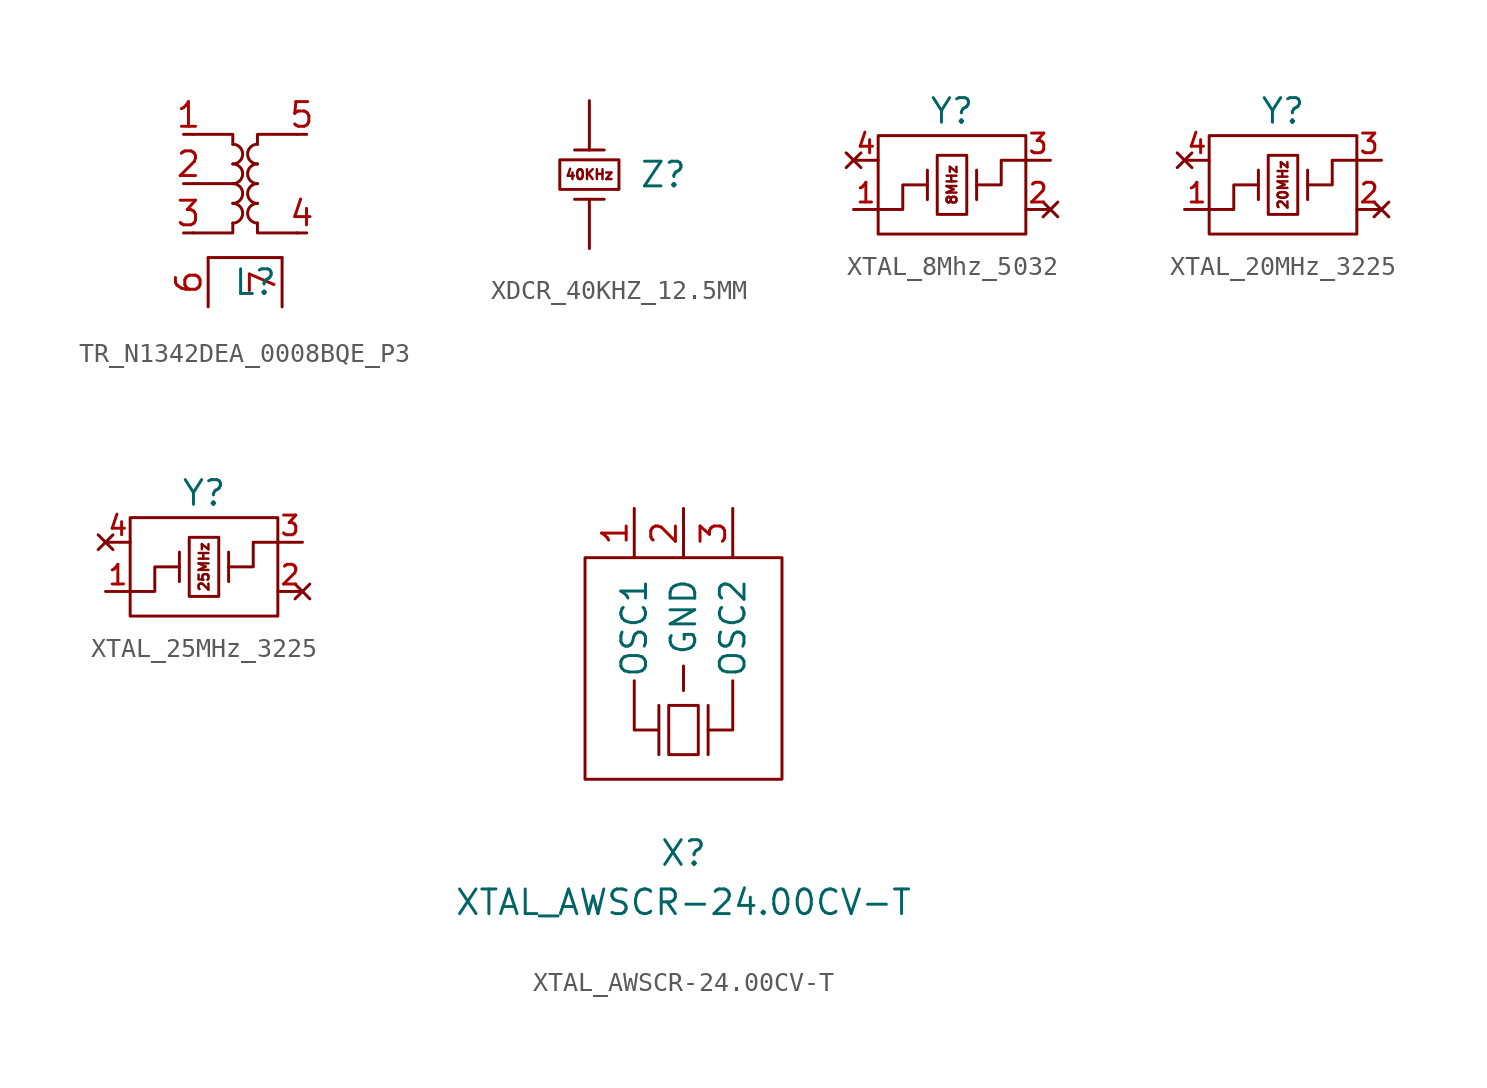
<source format=kicad_sym>
(kicad_symbol_lib
  (version 20211014)
  (generator kicad_symbol_editor)
  (symbol "TR_N1342DEA_0008BQE_P3"
    (pin_names
      (offset 0.254) hide)
    (property "Reference" "L"
      (at 0 -5.08 0)
      (effects (font (size 1.27 1.27)) (justify left)))
    (symbol "TR_N1342DEA_0008BQE_P3_0_1"
      (arc (start 0 -2.032) (mid 0.508 -1.524) (end 0 -1.016) (stroke (width 0) (type default) (color 0 0 0 0)) (fill (type none)))
      (arc (start 0 -1.016) (mid 0.508 -0.508) (end 0 0) (stroke (width 0) (type default) (color 0 0 0 0)) (fill (type none)))
      (polyline (pts (xy -2.032 0) (xy 0 0)) (stroke (width 0) (type default) (color 0 0 0 0)) (fill (type none)))
      (polyline (pts (xy -1.27 -3.81) (xy 2.54 -3.81)) (stroke (width 0) (type default) (color 0 0 0 0)) (fill (type none)))
      (polyline (pts (xy -2.032 2.54) (xy 0 2.54) (xy 0 2.032)) (stroke (width 0) (type default) (color 0 0 0 0)) (fill (type none)))
      (polyline (pts (xy 0 -2.032) (xy 0 -2.54) (xy -2.032 -2.54)) (stroke (width 0) (type default) (color 0 0 0 0)) (fill (type none)))
      (polyline (pts (xy 1.27 -2.032) (xy 1.27 -2.54) (xy 3.302 -2.54)) (stroke (width 0) (type default) (color 0 0 0 0)) (fill (type none)))
      (polyline (pts (xy 1.27 2.032) (xy 1.27 2.54) (xy 3.302 2.54)) (stroke (width 0) (type default) (color 0 0 0 0)) (fill (type none)))
      (arc (start 0 0) (mid 0.508 0.508) (end 0 1.016) (stroke (width 0) (type default) (color 0 0 0 0)) (fill (type none)))
      (arc (start 0 1.016) (mid 0.508 1.524) (end 0 2.032) (stroke (width 0) (type default) (color 0 0 0 0)) (fill (type none)))
      (arc (start 1.27 -1.016) (mid 0.762 -1.524) (end 1.27 -2.032) (stroke (width 0) (type default) (color 0 0 0 0)) (fill (type none)))
      (arc (start 1.27 0) (mid 0.762 -0.508) (end 1.27 -1.016) (stroke (width 0) (type default) (color 0 0 0 0)) (fill (type none)))
      (arc (start 1.27 1.016) (mid 0.762 0.508) (end 1.27 0) (stroke (width 0) (type default) (color 0 0 0 0)) (fill (type none)))
      (arc (start 1.27 2.032) (mid 0.762 1.524) (end 1.27 1.016) (stroke (width 0) (type default) (color 0 0 0 0)) (fill (type none))))
    (symbol "TR_N1342DEA_0008BQE_P3_1_1"
      (pin passive line (at -2.54 2.54 0) (length 0.508) (name "~" (effects (font (size 1.27 1.27)))) (number "1" (effects (font (size 1.27 1.27)))))
      (pin passive line (at -2.54 0 0) (length 0.508) (name "~" (effects (font (size 1.27 1.27)))) (number "2" (effects (font (size 1.27 1.27)))))
      (pin passive line (at -2.54 -2.54 0) (length 0.508) (name "~" (effects (font (size 1.27 1.27)))) (number "3" (effects (font (size 1.27 1.27)))))
      (pin passive line (at 3.81 -2.54 180) (length 0.508) (name "~" (effects (font (size 1.27 1.27)))) (number "4" (effects (font (size 1.27 1.27)))))
      (pin passive line (at 3.81 2.54 180) (length 0.508) (name "~" (effects (font (size 1.27 1.27)))) (number "5" (effects (font (size 1.27 1.27)))))
      (pin passive line (at -1.27 -6.35 90) (length 2.54) (name "~" (effects (font (size 1.27 1.27)))) (number "6" (effects (font (size 1.27 1.27)))))
      (pin passive line (at 2.54 -6.35 90) (length 2.54) (name "~" (effects (font (size 1.27 1.27)))) (number "7" (effects (font (size 1.27 1.27)))))))
  (symbol "XDCR_40KHZ_12.5MM"
    (pin_numbers hide)
    (pin_names
      (offset 1.016) hide)
    (property "Reference" "Z"
      (at 3.81 0 0)
      (effects (font (size 1.27 1.27))))
    (symbol "XDCR_40KHZ_12.5MM_1_0"
      (text "40KHz" (at 0 0 0) (effects (font (size 0.508 0.508)))))
    (symbol "XDCR_40KHZ_12.5MM_1_1"
      (polyline (pts (xy 0.762 -1.27) (xy -0.762 -1.27)) (stroke (width 0) (type default) (color 0 0 0 0)) (fill (type none)))
      (polyline (pts (xy 0.762 1.27) (xy -0.762 1.27)) (stroke (width 0) (type default) (color 0 0 0 0)) (fill (type none)))
      (rectangle (start 1.524 -0.762) (end -1.524 0.762) (stroke (width 0) (type default) (color 0 0 0 0)) (fill (type none)))
      (pin passive line (at 0 3.81 270) (length 2.54) (name "1" (effects (font (size 1.27 1.27)))) (number "1" (effects (font (size 1.27 1.27)))))
      (pin passive line (at 0 -3.81 90) (length 2.54) (name "~" (effects (font (size 1.27 1.27)))) (number "2" (effects (font (size 1.27 1.27)))))))
  (symbol "XTAL_8Mhz_5032"
    (pin_names
      (offset 1.016) hide)
    (property "Reference" "Y"
      (at 0 3.81 0)
      (effects (font (size 1.27 1.27))))
    (symbol "XTAL_8Mhz_5032_0_0"
      (text "8MHz" (at 0 0 900) (effects (font (size 0.508 0.508)))))
    (symbol "XTAL_8Mhz_5032_0_1"
      (rectangle (start -3.81 2.54) (end 3.81 -2.54) (stroke (width 0) (type default) (color 0 0 0 0)) (fill (type none)))
      (rectangle (start -0.762 -1.524) (end 0.762 1.524) (stroke (width 0) (type default) (color 0 0 0 0)) (fill (type none)))
      (polyline (pts (xy -1.27 -0.762) (xy -1.27 0.762)) (stroke (width 0) (type default) (color 0 0 0 0)) (fill (type none)))
      (polyline (pts (xy 1.27 -0.762) (xy 1.27 0.762)) (stroke (width 0) (type default) (color 0 0 0 0)) (fill (type none)))
      (polyline (pts (xy -3.81 -1.27) (xy -2.54 -1.27) (xy -2.54 0) (xy -1.27 0)) (stroke (width 0) (type default) (color 0 0 0 0)) (fill (type none)))
      (polyline (pts (xy 1.27 0) (xy 2.54 0) (xy 2.54 1.27) (xy 3.81 1.27)) (stroke (width 0) (type default) (color 0 0 0 0)) (fill (type none))))
    (symbol "XTAL_8Mhz_5032_1_1"
      (pin passive line (at -5.08 -1.27 0) (length 1.27) (name "1" (effects (font (size 1.016 1.016)))) (number "1" (effects (font (size 1.016 1.016)))))
      (pin no_connect line (at 5.08 -1.27 180) (length 1.27) (name "2" (effects (font (size 1.016 1.016)))) (number "2" (effects (font (size 1.016 1.016)))))
      (pin passive line (at 5.08 1.27 180) (length 1.27) (name "2" (effects (font (size 1.016 1.016)))) (number "3" (effects (font (size 1.016 1.016)))))
      (pin no_connect line (at -5.08 1.27 0) (length 1.27) (name "4" (effects (font (size 1.016 1.016)))) (number "4" (effects (font (size 1.016 1.016)))))))
  (symbol "XTAL_20MHz_3225"
    (pin_names
      (offset 1.016) hide)
    (property "Reference" "Y"
      (at 0 3.81 0)
      (effects (font (size 1.27 1.27))))
    (symbol "XTAL_20MHz_3225_0_0"
      (text "20MHz" (at 0 0 900) (effects (font (size 0.508 0.508)))))
    (symbol "XTAL_20MHz_3225_0_1"
      (rectangle (start -3.81 2.54) (end 3.81 -2.54) (stroke (width 0) (type default) (color 0 0 0 0)) (fill (type none)))
      (rectangle (start -0.762 -1.524) (end 0.762 1.524) (stroke (width 0) (type default) (color 0 0 0 0)) (fill (type none)))
      (polyline (pts (xy -1.27 -0.762) (xy -1.27 0.762)) (stroke (width 0) (type default) (color 0 0 0 0)) (fill (type none)))
      (polyline (pts (xy 1.27 -0.762) (xy 1.27 0.762)) (stroke (width 0) (type default) (color 0 0 0 0)) (fill (type none)))
      (polyline (pts (xy -3.81 -1.27) (xy -2.54 -1.27) (xy -2.54 0) (xy -1.27 0)) (stroke (width 0) (type default) (color 0 0 0 0)) (fill (type none)))
      (polyline (pts (xy 1.27 0) (xy 2.54 0) (xy 2.54 1.27) (xy 3.81 1.27)) (stroke (width 0) (type default) (color 0 0 0 0)) (fill (type none))))
    (symbol "XTAL_20MHz_3225_1_1"
      (pin passive line (at -5.08 -1.27 0) (length 1.27) (name "1" (effects (font (size 1.016 1.016)))) (number "1" (effects (font (size 1.016 1.016)))))
      (pin no_connect line (at 5.08 -1.27 180) (length 1.27) (name "2" (effects (font (size 1.016 1.016)))) (number "2" (effects (font (size 1.016 1.016)))))
      (pin passive line (at 5.08 1.27 180) (length 1.27) (name "2" (effects (font (size 1.016 1.016)))) (number "3" (effects (font (size 1.016 1.016)))))
      (pin no_connect line (at -5.08 1.27 0) (length 1.27) (name "4" (effects (font (size 1.016 1.016)))) (number "4" (effects (font (size 1.016 1.016)))))))
  (symbol "XTAL_25MHz_3225"
    (pin_names
      (offset 1.016) hide)
    (property "Reference" "Y"
      (at 0 3.81 0)
      (effects (font (size 1.27 1.27))))
    (symbol "XTAL_25MHz_3225_0_0"
      (text "25MHz" (at 0 0 900) (effects (font (size 0.508 0.508)))))
    (symbol "XTAL_25MHz_3225_0_1"
      (rectangle (start -3.81 2.54) (end 3.81 -2.54) (stroke (width 0) (type default) (color 0 0 0 0)) (fill (type none)))
      (rectangle (start -0.762 -1.524) (end 0.762 1.524) (stroke (width 0) (type default) (color 0 0 0 0)) (fill (type none)))
      (polyline (pts (xy -1.27 -0.762) (xy -1.27 0.762)) (stroke (width 0) (type default) (color 0 0 0 0)) (fill (type none)))
      (polyline (pts (xy 1.27 -0.762) (xy 1.27 0.762)) (stroke (width 0) (type default) (color 0 0 0 0)) (fill (type none)))
      (polyline (pts (xy -3.81 -1.27) (xy -2.54 -1.27) (xy -2.54 0) (xy -1.27 0)) (stroke (width 0) (type default) (color 0 0 0 0)) (fill (type none)))
      (polyline (pts (xy 1.27 0) (xy 2.54 0) (xy 2.54 1.27) (xy 3.81 1.27)) (stroke (width 0) (type default) (color 0 0 0 0)) (fill (type none))))
    (symbol "XTAL_25MHz_3225_1_1"
      (pin passive line (at -5.08 -1.27 0) (length 1.27) (name "1" (effects (font (size 1.016 1.016)))) (number "1" (effects (font (size 1.016 1.016)))))
      (pin no_connect line (at 5.08 -1.27 180) (length 1.27) (name "2" (effects (font (size 1.016 1.016)))) (number "2" (effects (font (size 1.016 1.016)))))
      (pin passive line (at 5.08 1.27 180) (length 1.27) (name "2" (effects (font (size 1.016 1.016)))) (number "3" (effects (font (size 1.016 1.016)))))
      (pin no_connect line (at -5.08 1.27 0) (length 1.27) (name "4" (effects (font (size 1.016 1.016)))) (number "4" (effects (font (size 1.016 1.016)))))))
  (symbol "XTAL_AWSCR-24.00CV-T"
    (pin_names
      (offset 1.016))
    (property "Reference" "X"
      (at 0 -8.89 0)
      (effects (font (size 1.27 1.27))))
    (property "Value" "XTAL_AWSCR-24.00CV-T"
      (at 0 -11.43 0)
      (effects (font (size 1.27 1.27))))
    (symbol "XTAL_AWSCR-24.00CV-T_0_1"
      (rectangle (start -5.08 6.35) (end 5.08 -5.08) (stroke (width 0) (type default) (color 0 0 0 0)) (fill (type none)))
      (polyline (pts (xy 0 0.762) (xy 0 -0.508)) (stroke (width 0) (type default) (color 0 0 0 0)) (fill (type none)))
      (polyline (pts (xy 1.27 -2.54) (xy 1.27 -3.81)) (stroke (width 0) (type default) (color 0 0 0 0)) (fill (type none)))
      (polyline (pts (xy 2.54 0) (xy 2.54 -2.54) (xy 1.27 -2.54) (xy 1.27 -1.27)) (stroke (width 0) (type default) (color 0 0 0 0)) (fill (type none)))
      (polyline (pts (xy -2.54 0) (xy -2.54 -2.54) (xy -1.27 -2.54) (xy -1.27 -1.27) (xy -1.27 -2.54) (xy -1.27 -3.81)) (stroke (width 0) (type default) (color 0 0 0 0)) (fill (type none)))
      (polyline (pts (xy -0.762 -1.27) (xy -0.762 -3.81) (xy 0.762 -3.81) (xy 0.762 -1.524) (xy 0.762 -1.27) (xy -0.762 -1.27)) (stroke (width 0) (type default) (color 0 0 0 0)) (fill (type none))))
    (symbol "XTAL_AWSCR-24.00CV-T_1_1"
      (pin passive line (at -2.54 8.89 270) (length 2.54) (name "OSC1" (effects (font (size 1.27 1.27)))) (number "1" (effects (font (size 1.27 1.27)))))
      (pin passive line (at 0 8.89 270) (length 2.54) (name "GND" (effects (font (size 1.27 1.27)))) (number "2" (effects (font (size 1.27 1.27)))))
      (pin passive line (at 2.54 8.89 270) (length 2.54) (name "OSC2" (effects (font (size 1.27 1.27)))) (number "3" (effects (font (size 1.27 1.27))))))))
</source>
